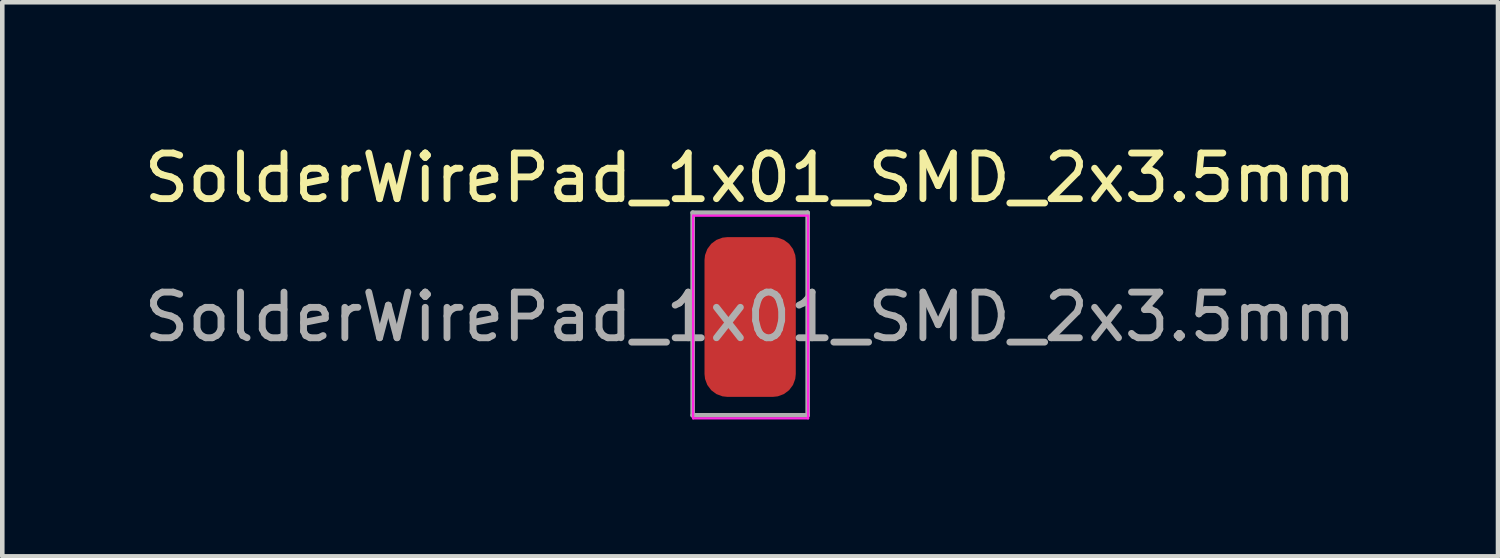
<source format=kicad_pcb>
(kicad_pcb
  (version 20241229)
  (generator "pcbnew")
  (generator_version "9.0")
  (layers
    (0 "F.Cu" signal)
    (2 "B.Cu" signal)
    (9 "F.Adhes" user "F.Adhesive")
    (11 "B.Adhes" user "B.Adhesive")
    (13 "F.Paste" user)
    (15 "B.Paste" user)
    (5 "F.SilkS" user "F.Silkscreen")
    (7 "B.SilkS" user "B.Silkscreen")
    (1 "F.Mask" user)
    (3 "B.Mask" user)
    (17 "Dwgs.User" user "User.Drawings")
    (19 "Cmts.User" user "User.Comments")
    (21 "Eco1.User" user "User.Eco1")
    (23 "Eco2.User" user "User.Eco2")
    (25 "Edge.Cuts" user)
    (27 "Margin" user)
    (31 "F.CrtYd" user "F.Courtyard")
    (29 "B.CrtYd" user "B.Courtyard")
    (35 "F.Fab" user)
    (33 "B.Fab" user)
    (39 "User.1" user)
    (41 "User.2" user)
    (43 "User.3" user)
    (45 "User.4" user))
  (footprint "SolderWirePad_1x01_SMD_2x3.5mm"
    (layer "F.Cu")
    (at 13.387 3.896)
    (property "Reference" "SolderWirePad_1x01_SMD_2x3.5mm" (at 0 -3.048 0) (layer "F.SilkS") (effects (font (size 1 1) (thickness 0.15))))
    (attr exclude_from_pos_files exclude_from_bom)
    (fp_line (start -1.25 -2.22) (end -1.25 2.22) (stroke (width 0.05) (type solid)) (layer "F.CrtYd"))
    (fp_line (start -1.25 2.22) (end 1.27 2.22) (stroke (width 0.05) (type solid)) (layer "F.CrtYd"))
    (fp_line (start 1.27 -2.22) (end -1.25 -2.22) (stroke (width 0.05) (type solid)) (layer "F.CrtYd"))
    (fp_line (start 1.27 2.22) (end 1.27 -2.22) (stroke (width 0.05) (type solid)) (layer "F.CrtYd"))
    (fp_line (start -1.26 -2.286) (end 1.26 -2.286) (stroke (width 0.1) (type solid)) (layer "F.Fab"))
    (fp_line (start -1.26 2.154) (end -1.26 -2.286) (stroke (width 0.1) (type solid)) (layer "F.Fab"))
    (fp_line (start 1.26 -2.286) (end 1.26 2.154) (stroke (width 0.1) (type solid)) (layer "F.Fab"))
    (fp_line (start 1.26 2.154) (end -1.26 2.154) (stroke (width 0.1) (type solid)) (layer "F.Fab"))
    (fp_text user "${REFERENCE}" (at 0 0 0) (layer "F.Fab") (effects (font (size 1 1) (thickness 0.15))))
    (pad "1" smd roundrect (at 0 0) (size 2 3.5) (layers "F.Cu" "F.Mask" "F.Paste") (roundrect_rratio 0.25)))
  (gr_rect
    (start -3 -3)
    (end 29.774 9.141)
    (stroke (width 0.1) (type default))
    (fill no)
    (layer "Edge.Cuts")))
</source>
